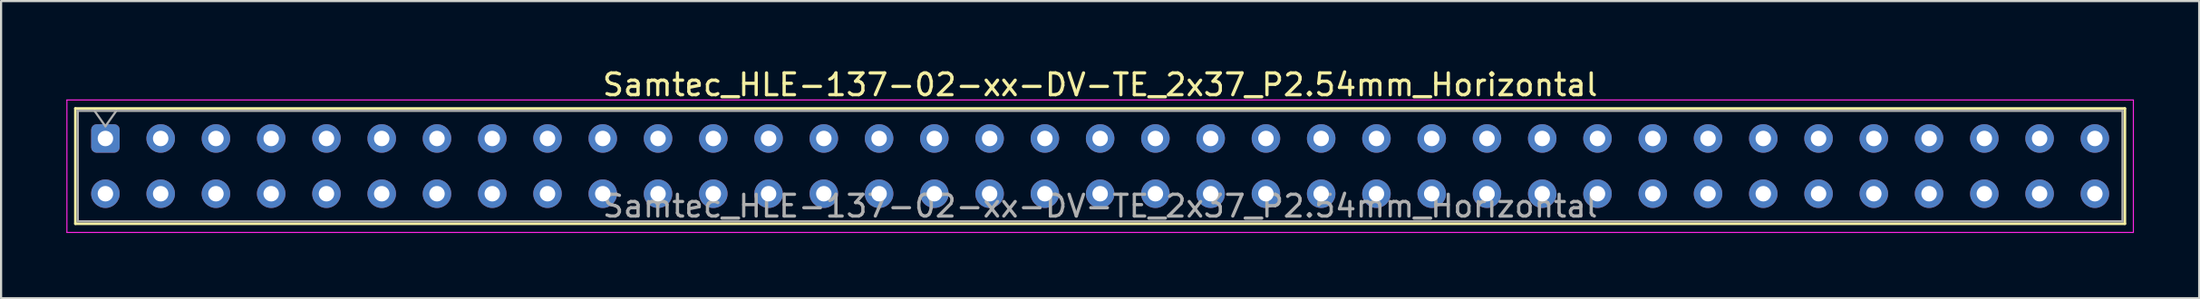
<source format=kicad_pcb>
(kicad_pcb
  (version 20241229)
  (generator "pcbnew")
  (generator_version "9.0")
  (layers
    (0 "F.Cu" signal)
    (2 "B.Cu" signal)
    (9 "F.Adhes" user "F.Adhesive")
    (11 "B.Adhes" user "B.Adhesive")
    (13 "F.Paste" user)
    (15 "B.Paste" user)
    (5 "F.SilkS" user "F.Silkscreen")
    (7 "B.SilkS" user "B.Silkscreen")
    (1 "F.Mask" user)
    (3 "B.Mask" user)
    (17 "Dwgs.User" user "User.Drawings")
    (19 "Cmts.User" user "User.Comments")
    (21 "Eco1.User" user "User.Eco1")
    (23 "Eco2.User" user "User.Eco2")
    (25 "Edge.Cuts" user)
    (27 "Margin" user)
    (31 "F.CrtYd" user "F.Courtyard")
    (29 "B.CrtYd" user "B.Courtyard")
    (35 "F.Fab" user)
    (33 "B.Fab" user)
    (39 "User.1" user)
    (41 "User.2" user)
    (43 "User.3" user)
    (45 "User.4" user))
  (footprint "Samtec_HLE-137-02-xx-DV-TE_2x37_P2.54mm_Horizontal"
    (layer "F.Cu")
    (at 1.795 3.318)
    (property "Reference" "Samtec_HLE-137-02-xx-DV-TE_2x37_P2.54mm_Horizontal" (at 45.72 -2.47 0) (layer "F.SilkS") (effects (font (size 1 1) (thickness 0.15))))
    (attr through_hole)
    (fp_line (start -1.38 -1.38) (end 92.82 -1.38) (stroke (width 0.12) (type solid)) (layer "F.SilkS"))
    (fp_line (start -1.38 3.92) (end -1.38 -1.38) (stroke (width 0.12) (type solid)) (layer "F.SilkS"))
    (fp_line (start 92.82 -1.38) (end 92.82 3.92) (stroke (width 0.12) (type solid)) (layer "F.SilkS"))
    (fp_line (start 92.82 3.92) (end -1.38 3.92) (stroke (width 0.12) (type solid)) (layer "F.SilkS"))
    (fp_line (start -1.77 -1.77) (end 93.21 -1.77) (stroke (width 0.05) (type solid)) (layer "F.CrtYd"))
    (fp_line (start -1.77 4.32) (end -1.77 -1.77) (stroke (width 0.05) (type solid)) (layer "F.CrtYd"))
    (fp_line (start 93.21 -1.77) (end 93.21 4.32) (stroke (width 0.05) (type solid)) (layer "F.CrtYd"))
    (fp_line (start 93.21 4.32) (end -1.77 4.32) (stroke (width 0.05) (type solid)) (layer "F.CrtYd"))
    (fp_line (start -1.27 -1.27) (end 92.71 -1.27) (stroke (width 0.1) (type solid)) (layer "F.Fab"))
    (fp_line (start -1.27 3.81) (end -1.27 -1.27) (stroke (width 0.1) (type solid)) (layer "F.Fab"))
    (fp_line (start -0.5 -1.27) (end 0 -0.563) (stroke (width 0.1) (type solid)) (layer "F.Fab"))
    (fp_line (start 0 -0.563) (end 0.5 -1.27) (stroke (width 0.1) (type solid)) (layer "F.Fab"))
    (fp_line (start 92.71 -1.27) (end 92.71 3.81) (stroke (width 0.1) (type solid)) (layer "F.Fab"))
    (fp_line (start 92.71 3.81) (end -1.27 3.81) (stroke (width 0.1) (type solid)) (layer "F.Fab"))
    (fp_text user "${REFERENCE}" (at 45.72 3.11 0) (layer "F.Fab") (effects (font (size 1 1) (thickness 0.15))))
    (pad "1" thru_hole roundrect (at 0 0) (size 1.31 1.31) (drill 0.71) (layers "*.Cu" "*.Mask") (roundrect_rratio 0.191))
    (pad "2" thru_hole circle (at 0 2.54) (size 1.31 1.31) (drill 0.71) (layers "*.Cu" "*.Mask"))
    (pad "3" thru_hole circle (at 2.54 0) (size 1.31 1.31) (drill 0.71) (layers "*.Cu" "*.Mask"))
    (pad "4" thru_hole circle (at 2.54 2.54) (size 1.31 1.31) (drill 0.71) (layers "*.Cu" "*.Mask"))
    (pad "5" thru_hole circle (at 5.08 0) (size 1.31 1.31) (drill 0.71) (layers "*.Cu" "*.Mask"))
    (pad "6" thru_hole circle (at 5.08 2.54) (size 1.31 1.31) (drill 0.71) (layers "*.Cu" "*.Mask"))
    (pad "7" thru_hole circle (at 7.62 0) (size 1.31 1.31) (drill 0.71) (layers "*.Cu" "*.Mask"))
    (pad "8" thru_hole circle (at 7.62 2.54) (size 1.31 1.31) (drill 0.71) (layers "*.Cu" "*.Mask"))
    (pad "9" thru_hole circle (at 10.16 0) (size 1.31 1.31) (drill 0.71) (layers "*.Cu" "*.Mask"))
    (pad "10" thru_hole circle (at 10.16 2.54) (size 1.31 1.31) (drill 0.71) (layers "*.Cu" "*.Mask"))
    (pad "11" thru_hole circle (at 12.7 0) (size 1.31 1.31) (drill 0.71) (layers "*.Cu" "*.Mask"))
    (pad "12" thru_hole circle (at 12.7 2.54) (size 1.31 1.31) (drill 0.71) (layers "*.Cu" "*.Mask"))
    (pad "13" thru_hole circle (at 15.24 0) (size 1.31 1.31) (drill 0.71) (layers "*.Cu" "*.Mask"))
    (pad "14" thru_hole circle (at 15.24 2.54) (size 1.31 1.31) (drill 0.71) (layers "*.Cu" "*.Mask"))
    (pad "15" thru_hole circle (at 17.78 0) (size 1.31 1.31) (drill 0.71) (layers "*.Cu" "*.Mask"))
    (pad "16" thru_hole circle (at 17.78 2.54) (size 1.31 1.31) (drill 0.71) (layers "*.Cu" "*.Mask"))
    (pad "17" thru_hole circle (at 20.32 0) (size 1.31 1.31) (drill 0.71) (layers "*.Cu" "*.Mask"))
    (pad "18" thru_hole circle (at 20.32 2.54) (size 1.31 1.31) (drill 0.71) (layers "*.Cu" "*.Mask"))
    (pad "19" thru_hole circle (at 22.86 0) (size 1.31 1.31) (drill 0.71) (layers "*.Cu" "*.Mask"))
    (pad "20" thru_hole circle (at 22.86 2.54) (size 1.31 1.31) (drill 0.71) (layers "*.Cu" "*.Mask"))
    (pad "21" thru_hole circle (at 25.4 0) (size 1.31 1.31) (drill 0.71) (layers "*.Cu" "*.Mask"))
    (pad "22" thru_hole circle (at 25.4 2.54) (size 1.31 1.31) (drill 0.71) (layers "*.Cu" "*.Mask"))
    (pad "23" thru_hole circle (at 27.94 0) (size 1.31 1.31) (drill 0.71) (layers "*.Cu" "*.Mask"))
    (pad "24" thru_hole circle (at 27.94 2.54) (size 1.31 1.31) (drill 0.71) (layers "*.Cu" "*.Mask"))
    (pad "25" thru_hole circle (at 30.48 0) (size 1.31 1.31) (drill 0.71) (layers "*.Cu" "*.Mask"))
    (pad "26" thru_hole circle (at 30.48 2.54) (size 1.31 1.31) (drill 0.71) (layers "*.Cu" "*.Mask"))
    (pad "27" thru_hole circle (at 33.02 0) (size 1.31 1.31) (drill 0.71) (layers "*.Cu" "*.Mask"))
    (pad "28" thru_hole circle (at 33.02 2.54) (size 1.31 1.31) (drill 0.71) (layers "*.Cu" "*.Mask"))
    (pad "29" thru_hole circle (at 35.56 0) (size 1.31 1.31) (drill 0.71) (layers "*.Cu" "*.Mask"))
    (pad "30" thru_hole circle (at 35.56 2.54) (size 1.31 1.31) (drill 0.71) (layers "*.Cu" "*.Mask"))
    (pad "31" thru_hole circle (at 38.1 0) (size 1.31 1.31) (drill 0.71) (layers "*.Cu" "*.Mask"))
    (pad "32" thru_hole circle (at 38.1 2.54) (size 1.31 1.31) (drill 0.71) (layers "*.Cu" "*.Mask"))
    (pad "33" thru_hole circle (at 40.64 0) (size 1.31 1.31) (drill 0.71) (layers "*.Cu" "*.Mask"))
    (pad "34" thru_hole circle (at 40.64 2.54) (size 1.31 1.31) (drill 0.71) (layers "*.Cu" "*.Mask"))
    (pad "35" thru_hole circle (at 43.18 0) (size 1.31 1.31) (drill 0.71) (layers "*.Cu" "*.Mask"))
    (pad "36" thru_hole circle (at 43.18 2.54) (size 1.31 1.31) (drill 0.71) (layers "*.Cu" "*.Mask"))
    (pad "37" thru_hole circle (at 45.72 0) (size 1.31 1.31) (drill 0.71) (layers "*.Cu" "*.Mask"))
    (pad "38" thru_hole circle (at 45.72 2.54) (size 1.31 1.31) (drill 0.71) (layers "*.Cu" "*.Mask"))
    (pad "39" thru_hole circle (at 48.26 0) (size 1.31 1.31) (drill 0.71) (layers "*.Cu" "*.Mask"))
    (pad "40" thru_hole circle (at 48.26 2.54) (size 1.31 1.31) (drill 0.71) (layers "*.Cu" "*.Mask"))
    (pad "41" thru_hole circle (at 50.8 0) (size 1.31 1.31) (drill 0.71) (layers "*.Cu" "*.Mask"))
    (pad "42" thru_hole circle (at 50.8 2.54) (size 1.31 1.31) (drill 0.71) (layers "*.Cu" "*.Mask"))
    (pad "43" thru_hole circle (at 53.34 0) (size 1.31 1.31) (drill 0.71) (layers "*.Cu" "*.Mask"))
    (pad "44" thru_hole circle (at 53.34 2.54) (size 1.31 1.31) (drill 0.71) (layers "*.Cu" "*.Mask"))
    (pad "45" thru_hole circle (at 55.88 0) (size 1.31 1.31) (drill 0.71) (layers "*.Cu" "*.Mask"))
    (pad "46" thru_hole circle (at 55.88 2.54) (size 1.31 1.31) (drill 0.71) (layers "*.Cu" "*.Mask"))
    (pad "47" thru_hole circle (at 58.42 0) (size 1.31 1.31) (drill 0.71) (layers "*.Cu" "*.Mask"))
    (pad "48" thru_hole circle (at 58.42 2.54) (size 1.31 1.31) (drill 0.71) (layers "*.Cu" "*.Mask"))
    (pad "49" thru_hole circle (at 60.96 0) (size 1.31 1.31) (drill 0.71) (layers "*.Cu" "*.Mask"))
    (pad "50" thru_hole circle (at 60.96 2.54) (size 1.31 1.31) (drill 0.71) (layers "*.Cu" "*.Mask"))
    (pad "51" thru_hole circle (at 63.5 0) (size 1.31 1.31) (drill 0.71) (layers "*.Cu" "*.Mask"))
    (pad "52" thru_hole circle (at 63.5 2.54) (size 1.31 1.31) (drill 0.71) (layers "*.Cu" "*.Mask"))
    (pad "53" thru_hole circle (at 66.04 0) (size 1.31 1.31) (drill 0.71) (layers "*.Cu" "*.Mask"))
    (pad "54" thru_hole circle (at 66.04 2.54) (size 1.31 1.31) (drill 0.71) (layers "*.Cu" "*.Mask"))
    (pad "55" thru_hole circle (at 68.58 0) (size 1.31 1.31) (drill 0.71) (layers "*.Cu" "*.Mask"))
    (pad "56" thru_hole circle (at 68.58 2.54) (size 1.31 1.31) (drill 0.71) (layers "*.Cu" "*.Mask"))
    (pad "57" thru_hole circle (at 71.12 0) (size 1.31 1.31) (drill 0.71) (layers "*.Cu" "*.Mask"))
    (pad "58" thru_hole circle (at 71.12 2.54) (size 1.31 1.31) (drill 0.71) (layers "*.Cu" "*.Mask"))
    (pad "59" thru_hole circle (at 73.66 0) (size 1.31 1.31) (drill 0.71) (layers "*.Cu" "*.Mask"))
    (pad "60" thru_hole circle (at 73.66 2.54) (size 1.31 1.31) (drill 0.71) (layers "*.Cu" "*.Mask"))
    (pad "61" thru_hole circle (at 76.2 0) (size 1.31 1.31) (drill 0.71) (layers "*.Cu" "*.Mask"))
    (pad "62" thru_hole circle (at 76.2 2.54) (size 1.31 1.31) (drill 0.71) (layers "*.Cu" "*.Mask"))
    (pad "63" thru_hole circle (at 78.74 0) (size 1.31 1.31) (drill 0.71) (layers "*.Cu" "*.Mask"))
    (pad "64" thru_hole circle (at 78.74 2.54) (size 1.31 1.31) (drill 0.71) (layers "*.Cu" "*.Mask"))
    (pad "65" thru_hole circle (at 81.28 0) (size 1.31 1.31) (drill 0.71) (layers "*.Cu" "*.Mask"))
    (pad "66" thru_hole circle (at 81.28 2.54) (size 1.31 1.31) (drill 0.71) (layers "*.Cu" "*.Mask"))
    (pad "67" thru_hole circle (at 83.82 0) (size 1.31 1.31) (drill 0.71) (layers "*.Cu" "*.Mask"))
    (pad "68" thru_hole circle (at 83.82 2.54) (size 1.31 1.31) (drill 0.71) (layers "*.Cu" "*.Mask"))
    (pad "69" thru_hole circle (at 86.36 0) (size 1.31 1.31) (drill 0.71) (layers "*.Cu" "*.Mask"))
    (pad "70" thru_hole circle (at 86.36 2.54) (size 1.31 1.31) (drill 0.71) (layers "*.Cu" "*.Mask"))
    (pad "71" thru_hole circle (at 88.9 0) (size 1.31 1.31) (drill 0.71) (layers "*.Cu" "*.Mask"))
    (pad "72" thru_hole circle (at 88.9 2.54) (size 1.31 1.31) (drill 0.71) (layers "*.Cu" "*.Mask"))
    (pad "73" thru_hole circle (at 91.44 0) (size 1.31 1.31) (drill 0.71) (layers "*.Cu" "*.Mask"))
    (pad "74" thru_hole circle (at 91.44 2.54) (size 1.31 1.31) (drill 0.71) (layers "*.Cu" "*.Mask")))
  (gr_rect
    (start -3 -3)
    (end 98.03 10.663)
    (stroke (width 0.1) (type default))
    (fill no)
    (layer "Edge.Cuts")))
</source>
